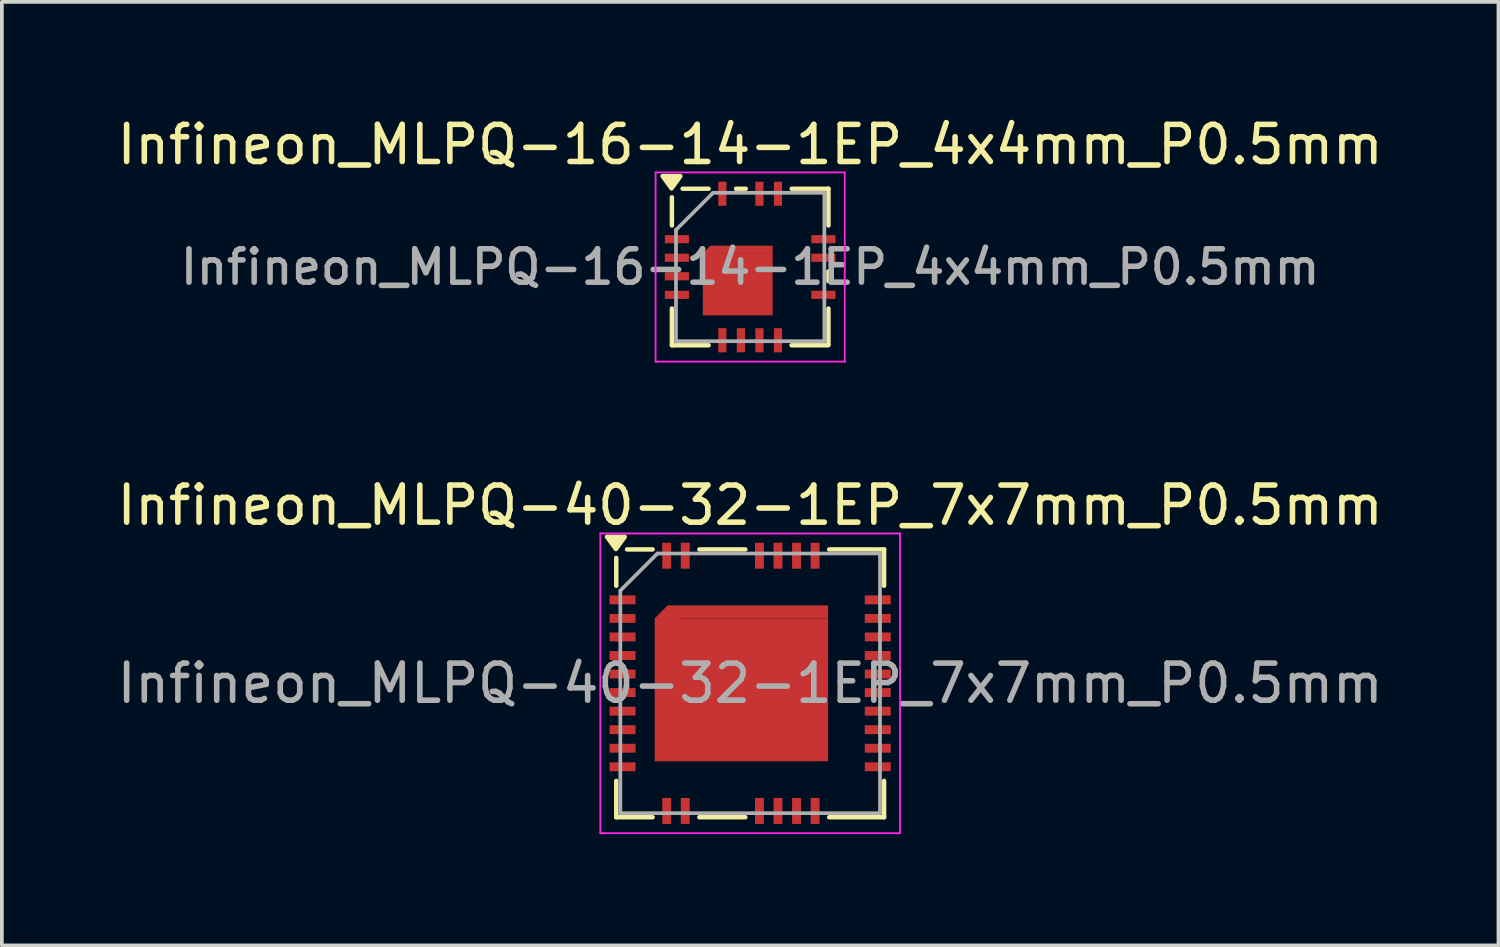
<source format=kicad_pcb>
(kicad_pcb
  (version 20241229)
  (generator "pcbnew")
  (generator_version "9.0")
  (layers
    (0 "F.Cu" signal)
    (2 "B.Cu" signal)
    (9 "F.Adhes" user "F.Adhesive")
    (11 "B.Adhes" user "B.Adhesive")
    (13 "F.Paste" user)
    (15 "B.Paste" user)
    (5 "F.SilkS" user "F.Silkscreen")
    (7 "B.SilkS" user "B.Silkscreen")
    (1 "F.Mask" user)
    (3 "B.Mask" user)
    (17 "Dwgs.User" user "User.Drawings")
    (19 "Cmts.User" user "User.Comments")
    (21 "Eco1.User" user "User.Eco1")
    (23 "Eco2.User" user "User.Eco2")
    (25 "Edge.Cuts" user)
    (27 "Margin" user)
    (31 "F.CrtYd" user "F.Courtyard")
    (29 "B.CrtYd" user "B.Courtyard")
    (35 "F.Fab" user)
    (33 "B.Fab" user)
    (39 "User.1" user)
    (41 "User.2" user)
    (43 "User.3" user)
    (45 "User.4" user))
  (footprint "Infineon_MLPQ-40-32-1EP_7x7mm_P0.5mm"
    (layer "F.Cu")
    (at 17.173 15.371)
    (property "Reference" "Infineon_MLPQ-40-32-1EP_7x7mm_P0.5mm" (at 0 -4.8 0) (layer "F.SilkS") (effects (font (size 1 1) (thickness 0.15))))
    (attr smd)
    (fp_line (start -3.61 -3.38) (end -3.61 -2.63) (stroke (width 0.12) (type solid)) (layer "F.SilkS"))
    (fp_line (start -3.61 3.61) (end -3.61 2.63) (stroke (width 0.12) (type solid)) (layer "F.SilkS"))
    (fp_line (start -2.63 -3.61) (end -3.32 -3.61) (stroke (width 0.12) (type solid)) (layer "F.SilkS"))
    (fp_line (start -2.63 3.61) (end -3.61 3.61) (stroke (width 0.12) (type solid)) (layer "F.SilkS"))
    (fp_line (start -0.13 -3.61) (end -1.37 -3.61) (stroke (width 0.12) (type solid)) (layer "F.SilkS"))
    (fp_line (start -0.13 3.61) (end -1.37 3.61) (stroke (width 0.12) (type solid)) (layer "F.SilkS"))
    (fp_line (start 3.61 -3.61) (end 2.13 -3.61) (stroke (width 0.12) (type solid)) (layer "F.SilkS"))
    (fp_line (start 3.61 -3.61) (end 3.61 -2.63) (stroke (width 0.12) (type solid)) (layer "F.SilkS"))
    (fp_line (start 3.61 3.61) (end 2.13 3.61) (stroke (width 0.12) (type solid)) (layer "F.SilkS"))
    (fp_line (start 3.61 3.61) (end 3.61 2.63) (stroke (width 0.12) (type solid)) (layer "F.SilkS"))
    (fp_poly (pts (xy -3.62 -3.62) (xy -3.86 -3.95) (xy -3.38 -3.95) (xy -3.62 -3.62)) (stroke (width 0.12) (type solid)) (fill yes) (layer "F.SilkS"))
    (fp_line (start -4.04 -4.04) (end 4.04 -4.04) (stroke (width 0.05) (type solid)) (layer "F.CrtYd"))
    (fp_line (start -4.04 4.04) (end -4.04 -4.04) (stroke (width 0.05) (type solid)) (layer "F.CrtYd"))
    (fp_line (start 4.04 -4.04) (end 4.04 4.04) (stroke (width 0.05) (type solid)) (layer "F.CrtYd"))
    (fp_line (start 4.04 4.04) (end -4.04 4.04) (stroke (width 0.05) (type solid)) (layer "F.CrtYd"))
    (fp_line (start -3.5 3.5) (end -3.5 -2.5) (stroke (width 0.1) (type solid)) (layer "F.Fab"))
    (fp_line (start -2.5 -3.5) (end -3.5 -2.5) (stroke (width 0.1) (type solid)) (layer "F.Fab"))
    (fp_line (start -2.5 -3.5) (end 3.5 -3.5) (stroke (width 0.1) (type solid)) (layer "F.Fab"))
    (fp_line (start 3.5 -3.5) (end 3.5 3.5) (stroke (width 0.1) (type solid)) (layer "F.Fab"))
    (fp_line (start 3.5 3.5) (end -3.5 3.5) (stroke (width 0.1) (type solid)) (layer "F.Fab"))
    (fp_text user "${REFERENCE}" (at 0 0 0) (layer "F.Fab") (effects (font (size 1 1) (thickness 0.15))))
    (pad "" smd rect (at -3.425 -2.25) (size 0.65 0.22) (layers "F.Paste"))
    (pad "" smd rect (at -3.425 -1.75) (size 0.65 0.22) (layers "F.Paste"))
    (pad "" smd rect (at -3.425 -1.25) (size 0.65 0.22) (layers "F.Paste"))
    (pad "" smd rect (at -3.425 -0.75) (size 0.65 0.22) (layers "F.Paste"))
    (pad "" smd rect (at -3.425 -0.25) (size 0.65 0.22) (layers "F.Paste"))
    (pad "" smd rect (at -3.425 0.25) (size 0.65 0.22) (layers "F.Paste"))
    (pad "" smd rect (at -3.425 0.75) (size 0.65 0.22) (layers "F.Paste"))
    (pad "" smd rect (at -3.425 1.25) (size 0.65 0.22) (layers "F.Paste"))
    (pad "" smd rect (at -3.425 1.75) (size 0.65 0.22) (layers "F.Paste"))
    (pad "" smd rect (at -3.425 2.25) (size 0.65 0.22) (layers "F.Paste"))
    (pad "" smd rect (at -2.25 -3.425) (size 0.22 0.65) (layers "F.Paste"))
    (pad "" smd rect (at -2.25 3.425) (size 0.22 0.65) (layers "F.Paste"))
    (pad "" smd rect (at -1.796 -1.4) (size 1.2 1.1) (layers "F.Paste"))
    (pad "" smd rect (at -1.796 0) (size 1.2 1.1) (layers "F.Paste"))
    (pad "" smd rect (at -1.796 1.4) (size 1.2 1.1) (layers "F.Paste"))
    (pad "" smd rect (at -1.75 -3.425) (size 0.22 0.65) (layers "F.Paste"))
    (pad "" smd rect (at -1.75 3.425) (size 0.22 0.65) (layers "F.Paste"))
    (pad "" smd rect (at -0.237 -1.4) (size 1.2 1.1) (layers "F.Paste"))
    (pad "" smd rect (at -0.237 0) (size 1.2 1.1) (layers "F.Paste"))
    (pad "" smd rect (at -0.237 1.4) (size 1.2 1.1) (layers "F.Paste"))
    (pad "" smd rect (at 0.25 -3.425) (size 0.22 0.65) (layers "F.Paste"))
    (pad "" smd rect (at 0.25 3.425) (size 0.22 0.65) (layers "F.Paste"))
    (pad "" smd rect (at 0.75 -3.425) (size 0.22 0.65) (layers "F.Paste"))
    (pad "" smd rect (at 0.75 3.425) (size 0.22 0.65) (layers "F.Paste"))
    (pad "" smd rect (at 1.25 -3.425) (size 0.22 0.65) (layers "F.Paste"))
    (pad "" smd rect (at 1.25 3.425) (size 0.22 0.65) (layers "F.Paste"))
    (pad "" smd rect (at 1.321 -1.4) (size 1.2 1.1) (layers "F.Paste"))
    (pad "" smd rect (at 1.321 0) (size 1.2 1.1) (layers "F.Paste"))
    (pad "" smd rect (at 1.321 1.4) (size 1.2 1.1) (layers "F.Paste"))
    (pad "" smd rect (at 1.75 -3.425) (size 0.22 0.65) (layers "F.Paste"))
    (pad "" smd rect (at 1.75 3.425) (size 0.22 0.65) (layers "F.Paste"))
    (pad "" smd rect (at 3.425 -2.25) (size 0.65 0.22) (layers "F.Paste"))
    (pad "" smd rect (at 3.425 -1.75) (size 0.65 0.22) (layers "F.Paste"))
    (pad "" smd rect (at 3.425 -1.25) (size 0.65 0.22) (layers "F.Paste"))
    (pad "" smd rect (at 3.425 -0.75) (size 0.65 0.22) (layers "F.Paste"))
    (pad "" smd rect (at 3.425 -0.25) (size 0.65 0.22) (layers "F.Paste"))
    (pad "" smd rect (at 3.425 0.25) (size 0.65 0.22) (layers "F.Paste"))
    (pad "" smd rect (at 3.425 0.75) (size 0.65 0.22) (layers "F.Paste"))
    (pad "" smd rect (at 3.425 1.25) (size 0.65 0.22) (layers "F.Paste"))
    (pad "" smd rect (at 3.425 1.75) (size 0.65 0.22) (layers "F.Paste"))
    (pad "" smd rect (at 3.425 2.25) (size 0.65 0.22) (layers "F.Paste"))
    (pad "1" smd rect (at -3.44 -2.25) (size 0.7 0.24) (layers "F.Cu" "F.Mask"))
    (pad "2" smd rect (at -3.44 -1.75) (size 0.7 0.24) (layers "F.Cu" "F.Mask"))
    (pad "3" smd rect (at -3.44 -1.25) (size 0.7 0.24) (layers "F.Cu" "F.Mask"))
    (pad "4" smd rect (at -3.44 -0.75) (size 0.7 0.24) (layers "F.Cu" "F.Mask"))
    (pad "5" smd rect (at -3.44 -0.25) (size 0.7 0.24) (layers "F.Cu" "F.Mask"))
    (pad "6" smd rect (at -3.44 0.25) (size 0.7 0.24) (layers "F.Cu" "F.Mask"))
    (pad "7" smd rect (at -3.44 0.75) (size 0.7 0.24) (layers "F.Cu" "F.Mask"))
    (pad "8" smd rect (at -3.44 1.25) (size 0.7 0.24) (layers "F.Cu" "F.Mask"))
    (pad "9" smd rect (at -3.44 1.75) (size 0.7 0.24) (layers "F.Cu" "F.Mask"))
    (pad "10" smd rect (at -3.44 2.25) (size 0.7 0.24) (layers "F.Cu" "F.Mask"))
    (pad "11" smd rect (at -2.25 3.44) (size 0.24 0.7) (layers "F.Cu" "F.Mask"))
    (pad "12" smd rect (at -1.75 3.44) (size 0.24 0.7) (layers "F.Cu" "F.Mask"))
    (pad "13" smd rect (at 0.25 3.44) (size 0.24 0.7) (layers "F.Cu" "F.Mask"))
    (pad "14" smd rect (at 0.75 3.44) (size 0.24 0.7) (layers "F.Cu" "F.Mask"))
    (pad "15" smd rect (at 1.25 3.44) (size 0.24 0.7) (layers "F.Cu" "F.Mask"))
    (pad "16" smd rect (at 1.75 3.44) (size 0.24 0.7) (layers "F.Cu" "F.Mask"))
    (pad "17" smd rect (at 3.44 2.25) (size 0.7 0.24) (layers "F.Cu" "F.Mask"))
    (pad "18" smd rect (at 3.44 1.75) (size 0.7 0.24) (layers "F.Cu" "F.Mask"))
    (pad "19" smd rect (at 3.44 1.25) (size 0.7 0.24) (layers "F.Cu" "F.Mask"))
    (pad "20" smd rect (at 3.44 0.75) (size 0.7 0.24) (layers "F.Cu" "F.Mask"))
    (pad "21" smd rect (at 3.44 0.25) (size 0.7 0.24) (layers "F.Cu" "F.Mask"))
    (pad "22" smd rect (at 3.44 -0.25) (size 0.7 0.24) (layers "F.Cu" "F.Mask"))
    (pad "23" smd rect (at 3.44 -0.75) (size 0.7 0.24) (layers "F.Cu" "F.Mask"))
    (pad "24" smd rect (at 3.44 -1.25) (size 0.7 0.24) (layers "F.Cu" "F.Mask"))
    (pad "25" smd rect (at 3.44 -1.75) (size 0.7 0.24) (layers "F.Cu" "F.Mask"))
    (pad "26" smd rect (at 3.44 -2.25) (size 0.7 0.24) (layers "F.Cu" "F.Mask"))
    (pad "27" smd rect (at 1.75 -3.44) (size 0.24 0.7) (layers "F.Cu" "F.Mask"))
    (pad "28" smd rect (at 1.25 -3.44) (size 0.24 0.7) (layers "F.Cu" "F.Mask"))
    (pad "29" smd rect (at 0.75 -3.44) (size 0.24 0.7) (layers "F.Cu" "F.Mask"))
    (pad "30" smd rect (at 0.25 -3.44) (size 0.24 0.7) (layers "F.Cu" "F.Mask"))
    (pad "31" smd rect (at -1.75 -3.44) (size 0.24 0.7) (layers "F.Cu" "F.Mask"))
    (pad "32" smd rect (at -2.25 -3.44) (size 0.24 0.7) (layers "F.Cu" "F.Mask"))
    (pad "33" smd rect (at -2.225 -1.75 45) (size 0.495 0.495) (layers "F.Cu" "F.Mask"))
    (pad "33" smd rect (at -0.237 0.175) (size 4.675 3.85) (layers "F.Cu" "F.Mask"))
    (pad "33" smd rect (at -0.062 -1.925) (size 4.325 0.35) (layers "F.Cu" "F.Mask")))
  (footprint "Infineon_MLPQ-16-14-1EP_4x4mm_P0.5mm"
    (layer "F.Cu")
    (at 17.173 4.148)
    (property "Reference" "Infineon_MLPQ-16-14-1EP_4x4mm_P0.5mm" (at 0 -3.3 0) (layer "F.SilkS") (effects (font (size 1 1) (thickness 0.15))))
    (attr smd)
    (fp_line (start -2.11 -1.88) (end -2.11 -1.12) (stroke (width 0.12) (type solid)) (layer "F.SilkS"))
    (fp_line (start -2.11 1.12) (end -2.11 2.11) (stroke (width 0.12) (type solid)) (layer "F.SilkS"))
    (fp_line (start -1.12 -2.11) (end -1.82 -2.11) (stroke (width 0.12) (type solid)) (layer "F.SilkS"))
    (fp_line (start -1.12 2.11) (end -2.11 2.11) (stroke (width 0.12) (type solid)) (layer "F.SilkS"))
    (fp_line (start -0.12 -2.11) (end -0.38 -2.11) (stroke (width 0.12) (type solid)) (layer "F.SilkS"))
    (fp_line (start 2.105 2.11) (end 1.115 2.11) (stroke (width 0.12) (type solid)) (layer "F.SilkS"))
    (fp_line (start 2.11 -2.11) (end 1.12 -2.11) (stroke (width 0.12) (type solid)) (layer "F.SilkS"))
    (fp_line (start 2.11 -2.11) (end 2.11 -1.12) (stroke (width 0.12) (type solid)) (layer "F.SilkS"))
    (fp_line (start 2.11 0.12) (end 2.11 0.38) (stroke (width 0.12) (type solid)) (layer "F.SilkS"))
    (fp_line (start 2.11 1.12) (end 2.11 2.1) (stroke (width 0.12) (type solid)) (layer "F.SilkS"))
    (fp_poly (pts (xy -2.12 -2.12) (xy -2.36 -2.45) (xy -1.88 -2.45) (xy -2.12 -2.12)) (stroke (width 0.12) (type solid)) (fill yes) (layer "F.SilkS"))
    (fp_line (start -2.55 -2.55) (end 2.55 -2.55) (stroke (width 0.05) (type solid)) (layer "F.CrtYd"))
    (fp_line (start -2.55 2.55) (end -2.55 -2.55) (stroke (width 0.05) (type solid)) (layer "F.CrtYd"))
    (fp_line (start 2.55 -2.55) (end 2.55 2.55) (stroke (width 0.05) (type solid)) (layer "F.CrtYd"))
    (fp_line (start 2.55 2.55) (end -2.55 2.55) (stroke (width 0.05) (type solid)) (layer "F.CrtYd"))
    (fp_line (start -2 2) (end -2 -1) (stroke (width 0.1) (type solid)) (layer "F.Fab"))
    (fp_line (start -1 -2) (end -2 -1) (stroke (width 0.1) (type solid)) (layer "F.Fab"))
    (fp_line (start -1 -2) (end 2 -2) (stroke (width 0.1) (type solid)) (layer "F.Fab"))
    (fp_line (start 2 -2) (end 2 2) (stroke (width 0.1) (type solid)) (layer "F.Fab"))
    (fp_line (start 2 2) (end -2 2) (stroke (width 0.1) (type solid)) (layer "F.Fab"))
    (fp_text user "${REFERENCE}" (at 0 0 0) (layer "F.Fab") (effects (font (size 0.9 0.9) (thickness 0.15))))
    (pad "" smd rect (at -0.335 -0.105) (size 1.5 0.8) (layers "F.Paste"))
    (pad "" smd rect (at -0.335 0.835) (size 1.5 0.8) (layers "F.Paste"))
    (pad "1" smd rect (at -1.975 -0.75) (size 0.65 0.22) (layers "F.Cu" "F.Mask" "F.Paste"))
    (pad "2" smd rect (at -1.975 -0.25) (size 0.65 0.22) (layers "F.Cu" "F.Mask" "F.Paste"))
    (pad "3" smd rect (at -1.975 0.25) (size 0.65 0.22) (layers "F.Cu" "F.Mask" "F.Paste"))
    (pad "4" smd rect (at -1.975 0.75) (size 0.65 0.22) (layers "F.Cu" "F.Mask" "F.Paste"))
    (pad "5" smd rect (at -0.75 1.975) (size 0.22 0.65) (layers "F.Cu" "F.Mask" "F.Paste"))
    (pad "6" smd rect (at -0.25 1.975) (size 0.22 0.65) (layers "F.Cu" "F.Mask" "F.Paste"))
    (pad "7" smd rect (at 0.25 1.975) (size 0.22 0.65) (layers "F.Cu" "F.Mask" "F.Paste"))
    (pad "8" smd rect (at 0.75 1.975) (size 0.22 0.65) (layers "F.Cu" "F.Mask" "F.Paste"))
    (pad "9" smd rect (at 1.975 0.75) (size 0.65 0.22) (layers "F.Cu" "F.Mask" "F.Paste"))
    (pad "11" smd rect (at 1.975 -0.25) (size 0.65 0.22) (layers "F.Cu" "F.Mask" "F.Paste"))
    (pad "12" smd rect (at 1.975 -0.75) (size 0.65 0.22) (layers "F.Cu" "F.Mask" "F.Paste"))
    (pad "13" smd rect (at 0.75 -1.975) (size 0.22 0.65) (layers "F.Cu" "F.Mask" "F.Paste"))
    (pad "14" smd rect (at 0.25 -1.975) (size 0.22 0.65) (layers "F.Cu" "F.Mask" "F.Paste"))
    (pad "16" smd rect (at -0.75 -1.975) (size 0.22 0.65) (layers "F.Cu" "F.Mask" "F.Paste"))
    (pad "17" smd rect (at -1.075 -0.375 45) (size 0.283 0.283) (layers "F.Cu" "F.Mask"))
    (pad "17" smd rect (at -0.335 0.465) (size 1.88 1.68) (layers "F.Cu" "F.Mask"))
    (pad "17" smd rect (at -0.235 -0.475) (size 1.68 0.2) (layers "F.Cu" "F.Mask")))
  (gr_rect
    (start -3 -3)
    (end 37.345 22.436)
    (stroke (width 0.1) (type default))
    (fill no)
    (layer "Edge.Cuts")))
</source>
